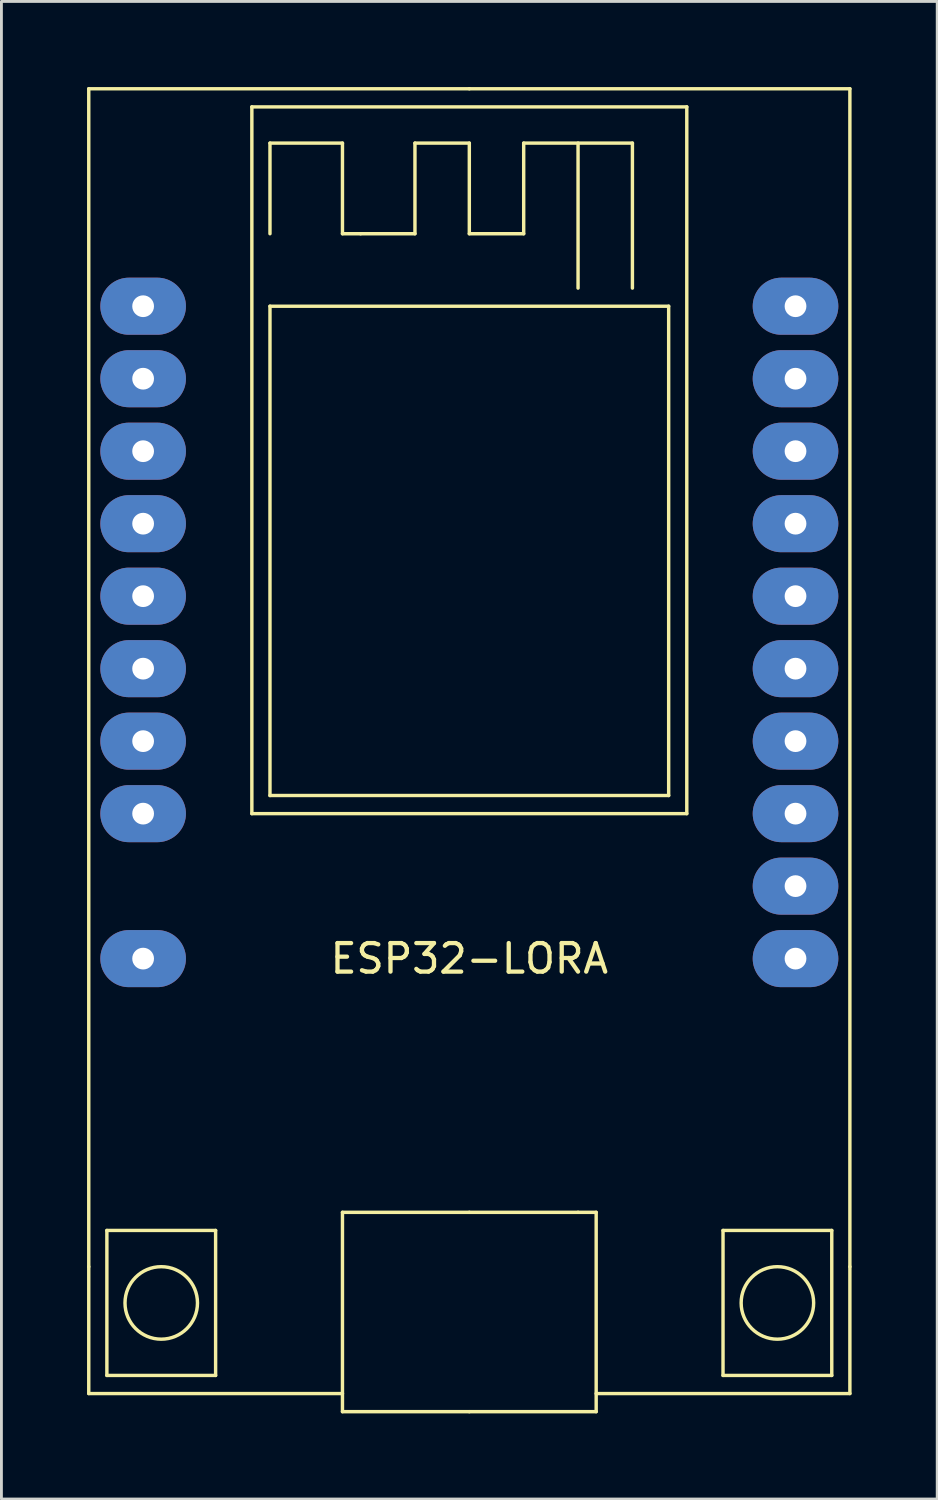
<source format=kicad_pcb>
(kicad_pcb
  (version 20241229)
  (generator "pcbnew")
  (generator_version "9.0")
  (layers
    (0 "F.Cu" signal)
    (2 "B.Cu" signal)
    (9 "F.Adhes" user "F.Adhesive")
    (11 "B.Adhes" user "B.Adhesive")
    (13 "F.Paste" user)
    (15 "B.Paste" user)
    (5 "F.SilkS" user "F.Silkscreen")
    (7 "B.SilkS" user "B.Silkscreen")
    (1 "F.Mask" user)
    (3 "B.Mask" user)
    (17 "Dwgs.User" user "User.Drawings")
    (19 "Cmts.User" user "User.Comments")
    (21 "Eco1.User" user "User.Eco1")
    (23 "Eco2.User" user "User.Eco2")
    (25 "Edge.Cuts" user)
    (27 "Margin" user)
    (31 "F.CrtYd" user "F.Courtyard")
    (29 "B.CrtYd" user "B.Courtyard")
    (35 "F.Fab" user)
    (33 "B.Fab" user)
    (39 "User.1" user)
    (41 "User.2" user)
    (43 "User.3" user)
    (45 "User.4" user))
  (footprint "ESP32-LORA"
    (layer "F.Cu")
    (at 1.965 7.68)
    (property "Reference" "ESP32-LORA" (at 11.43 22.86 0) (layer "F.SilkS") (effects (font (size 1 1) (thickness 0.15))))
    (attr through_hole)
    (fp_line (start -1.905 -7.62) (end -1.905 33.655) (stroke (width 0.12) (type solid)) (layer "F.SilkS"))
    (fp_line (start -1.905 33.655) (end -1.905 38.1) (stroke (width 0.12) (type solid)) (layer "F.SilkS"))
    (fp_line (start -1.905 38.1) (end 6.985 38.1) (stroke (width 0.12) (type solid)) (layer "F.SilkS"))
    (fp_line (start -1.27 32.385) (end 2.54 32.385) (stroke (width 0.12) (type solid)) (layer "F.SilkS"))
    (fp_line (start -1.27 37.465) (end -1.27 32.385) (stroke (width 0.12) (type solid)) (layer "F.SilkS"))
    (fp_line (start 2.54 32.385) (end 2.54 37.465) (stroke (width 0.12) (type solid)) (layer "F.SilkS"))
    (fp_line (start 2.54 37.465) (end -1.27 37.465) (stroke (width 0.12) (type solid)) (layer "F.SilkS"))
    (fp_line (start 3.81 -6.985) (end 3.81 17.78) (stroke (width 0.12) (type solid)) (layer "F.SilkS"))
    (fp_line (start 3.81 17.78) (end 19.05 17.78) (stroke (width 0.12) (type solid)) (layer "F.SilkS"))
    (fp_line (start 4.445 -5.715) (end 4.445 -2.54) (stroke (width 0.12) (type solid)) (layer "F.SilkS"))
    (fp_line (start 4.445 0) (end 4.445 17.145) (stroke (width 0.12) (type solid)) (layer "F.SilkS"))
    (fp_line (start 4.445 17.145) (end 18.415 17.145) (stroke (width 0.12) (type solid)) (layer "F.SilkS"))
    (fp_line (start 6.985 -5.715) (end 4.445 -5.715) (stroke (width 0.12) (type solid)) (layer "F.SilkS"))
    (fp_line (start 6.985 -2.54) (end 6.985 -5.715) (stroke (width 0.12) (type solid)) (layer "F.SilkS"))
    (fp_line (start 6.985 31.75) (end 11.43 31.75) (stroke (width 0.12) (type solid)) (layer "F.SilkS"))
    (fp_line (start 6.985 38.735) (end 6.985 31.75) (stroke (width 0.12) (type solid)) (layer "F.SilkS"))
    (fp_line (start 7.62 -2.54) (end 6.985 -2.54) (stroke (width 0.12) (type solid)) (layer "F.SilkS"))
    (fp_line (start 9.525 -5.715) (end 9.525 -2.54) (stroke (width 0.12) (type solid)) (layer "F.SilkS"))
    (fp_line (start 9.525 -2.54) (end 7.62 -2.54) (stroke (width 0.12) (type solid)) (layer "F.SilkS"))
    (fp_line (start 11.43 -7.62) (end -1.905 -7.62) (stroke (width 0.12) (type solid)) (layer "F.SilkS"))
    (fp_line (start 11.43 -5.715) (end 9.525 -5.715) (stroke (width 0.12) (type solid)) (layer "F.SilkS"))
    (fp_line (start 11.43 -2.54) (end 11.43 -5.715) (stroke (width 0.12) (type solid)) (layer "F.SilkS"))
    (fp_line (start 11.43 31.75) (end 15.24 31.75) (stroke (width 0.12) (type solid)) (layer "F.SilkS"))
    (fp_line (start 11.43 38.735) (end 6.985 38.735) (stroke (width 0.12) (type solid)) (layer "F.SilkS"))
    (fp_line (start 13.335 -5.715) (end 13.335 -2.54) (stroke (width 0.12) (type solid)) (layer "F.SilkS"))
    (fp_line (start 13.335 -2.54) (end 11.43 -2.54) (stroke (width 0.12) (type solid)) (layer "F.SilkS"))
    (fp_line (start 15.24 -5.715) (end 15.24 -0.635) (stroke (width 0.12) (type solid)) (layer "F.SilkS"))
    (fp_line (start 15.24 31.75) (end 15.875 31.75) (stroke (width 0.12) (type solid)) (layer "F.SilkS"))
    (fp_line (start 15.875 31.75) (end 15.875 38.735) (stroke (width 0.12) (type solid)) (layer "F.SilkS"))
    (fp_line (start 15.875 38.735) (end 11.43 38.735) (stroke (width 0.12) (type solid)) (layer "F.SilkS"))
    (fp_line (start 17.145 -5.715) (end 13.335 -5.715) (stroke (width 0.12) (type solid)) (layer "F.SilkS"))
    (fp_line (start 17.145 -0.635) (end 17.145 -5.715) (stroke (width 0.12) (type solid)) (layer "F.SilkS"))
    (fp_line (start 18.415 0) (end 4.445 0) (stroke (width 0.12) (type solid)) (layer "F.SilkS"))
    (fp_line (start 18.415 17.145) (end 18.415 0) (stroke (width 0.12) (type solid)) (layer "F.SilkS"))
    (fp_line (start 19.05 -6.985) (end 3.81 -6.985) (stroke (width 0.12) (type solid)) (layer "F.SilkS"))
    (fp_line (start 19.05 17.78) (end 19.05 -6.985) (stroke (width 0.12) (type solid)) (layer "F.SilkS"))
    (fp_line (start 20.32 32.385) (end 24.13 32.385) (stroke (width 0.12) (type solid)) (layer "F.SilkS"))
    (fp_line (start 20.32 37.465) (end 20.32 32.385) (stroke (width 0.12) (type solid)) (layer "F.SilkS"))
    (fp_line (start 24.13 32.385) (end 24.13 37.465) (stroke (width 0.12) (type solid)) (layer "F.SilkS"))
    (fp_line (start 24.13 37.465) (end 20.32 37.465) (stroke (width 0.12) (type solid)) (layer "F.SilkS"))
    (fp_line (start 24.765 -7.62) (end 11.43 -7.62) (stroke (width 0.12) (type solid)) (layer "F.SilkS"))
    (fp_line (start 24.765 33.655) (end 24.765 -7.62) (stroke (width 0.12) (type solid)) (layer "F.SilkS"))
    (fp_line (start 24.765 33.655) (end 24.765 38.1) (stroke (width 0.12) (type solid)) (layer "F.SilkS"))
    (fp_line (start 24.765 38.1) (end 15.875 38.1) (stroke (width 0.12) (type solid)) (layer "F.SilkS"))
    (fp_circle (center 0.635 34.925) (end 0.635 33.655) (stroke (width 0.12) (type solid)) (fill no) (layer "F.SilkS"))
    (fp_circle (center 22.225 34.925) (end 22.225 33.655) (stroke (width 0.12) (type solid)) (fill no) (layer "F.SilkS"))
    (pad "1" thru_hole oval (at 0 0 90) (size 2 3) (drill 0.762) (layers "*.Cu" "*.Mask"))
    (pad "2" thru_hole oval (at 0 2.54 90) (size 2 3) (drill 0.762) (layers "*.Cu" "*.Mask"))
    (pad "3" thru_hole oval (at 0 5.08 90) (size 2 3) (drill 0.762) (layers "*.Cu" "*.Mask"))
    (pad "4" thru_hole oval (at 0 7.62 90) (size 2 3) (drill 0.762) (layers "*.Cu" "*.Mask"))
    (pad "5" thru_hole oval (at 0 10.16 90) (size 2 3) (drill 0.762) (layers "*.Cu" "*.Mask"))
    (pad "6" thru_hole oval (at 0 12.7 90) (size 2 3) (drill 0.762) (layers "*.Cu" "*.Mask"))
    (pad "7" thru_hole oval (at 0 15.24 90) (size 2 3) (drill 0.762) (layers "*.Cu" "*.Mask"))
    (pad "8" thru_hole oval (at 0 17.78 90) (size 2 3) (drill 0.762) (layers "*.Cu" "*.Mask"))
    (pad "10" thru_hole oval (at 0 22.86 90) (size 2 3) (drill 0.762) (layers "*.Cu" "*.Mask"))
    (pad "11" thru_hole oval (at 22.86 22.86 90) (size 2 3) (drill 0.762) (layers "*.Cu" "*.Mask"))
    (pad "12" thru_hole oval (at 22.86 20.32 90) (size 2 3) (drill 0.762) (layers "*.Cu" "*.Mask"))
    (pad "13" thru_hole oval (at 22.86 17.78 90) (size 2 3) (drill 0.762) (layers "*.Cu" "*.Mask"))
    (pad "14" thru_hole oval (at 22.86 15.24 90) (size 2 3) (drill 0.762) (layers "*.Cu" "*.Mask"))
    (pad "15" thru_hole oval (at 22.86 12.7 90) (size 2 3) (drill 0.762) (layers "*.Cu" "*.Mask"))
    (pad "16" thru_hole oval (at 22.86 10.16 90) (size 2 3) (drill 0.762) (layers "*.Cu" "*.Mask"))
    (pad "17" thru_hole oval (at 22.86 7.62 90) (size 2 3) (drill 0.762) (layers "*.Cu" "*.Mask"))
    (pad "18" thru_hole oval (at 22.86 5.08 90) (size 2 3) (drill 0.762) (layers "*.Cu" "*.Mask"))
    (pad "19" thru_hole oval (at 22.86 2.54 90) (size 2 3) (drill 0.762) (layers "*.Cu" "*.Mask"))
    (pad "20" thru_hole oval (at 22.86 0 90) (size 2 3) (drill 0.762) (layers "*.Cu" "*.Mask")))
  (gr_rect
    (start -3 -3)
    (end 29.79 49.475)
    (stroke (width 0.1) (type default))
    (fill no)
    (layer "Edge.Cuts")))
</source>
